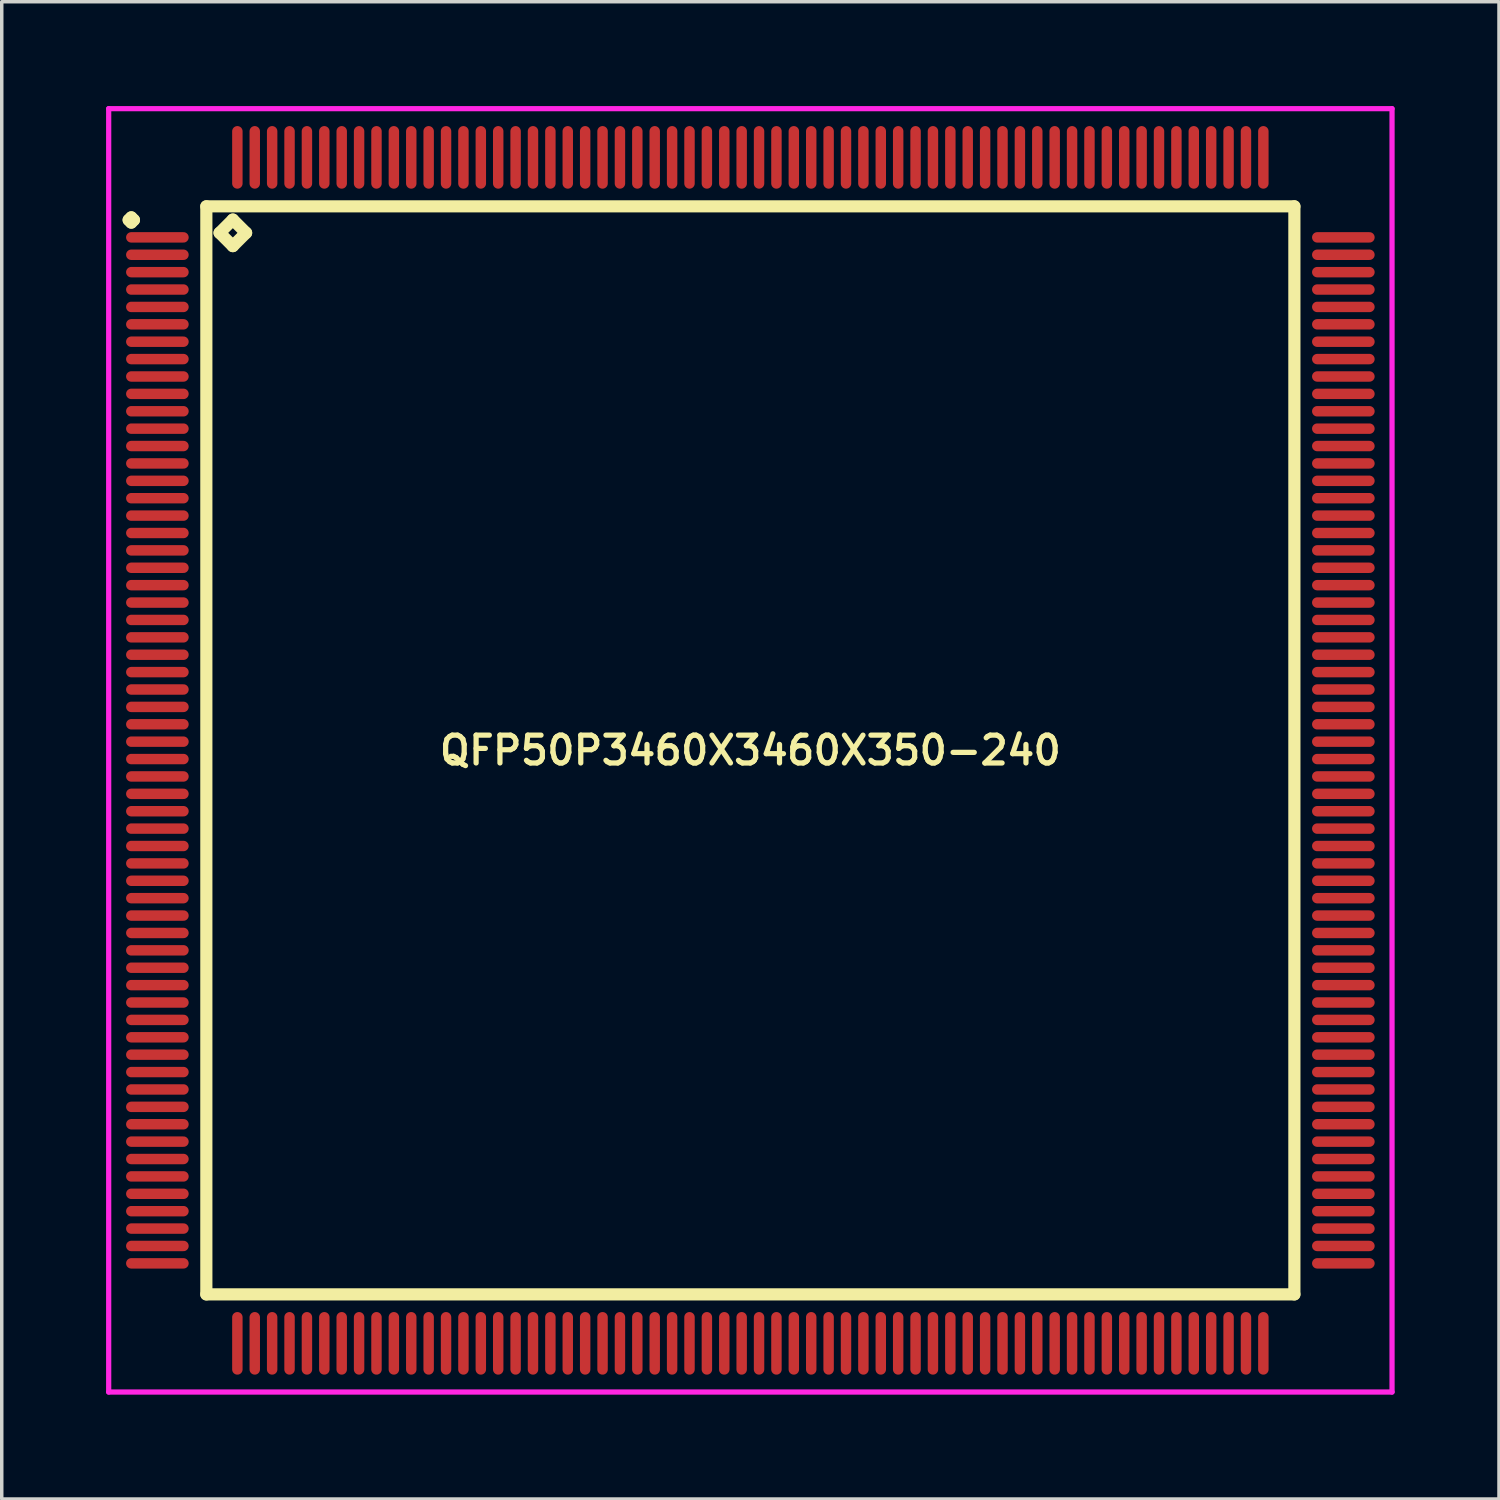
<source format=kicad_pcb>
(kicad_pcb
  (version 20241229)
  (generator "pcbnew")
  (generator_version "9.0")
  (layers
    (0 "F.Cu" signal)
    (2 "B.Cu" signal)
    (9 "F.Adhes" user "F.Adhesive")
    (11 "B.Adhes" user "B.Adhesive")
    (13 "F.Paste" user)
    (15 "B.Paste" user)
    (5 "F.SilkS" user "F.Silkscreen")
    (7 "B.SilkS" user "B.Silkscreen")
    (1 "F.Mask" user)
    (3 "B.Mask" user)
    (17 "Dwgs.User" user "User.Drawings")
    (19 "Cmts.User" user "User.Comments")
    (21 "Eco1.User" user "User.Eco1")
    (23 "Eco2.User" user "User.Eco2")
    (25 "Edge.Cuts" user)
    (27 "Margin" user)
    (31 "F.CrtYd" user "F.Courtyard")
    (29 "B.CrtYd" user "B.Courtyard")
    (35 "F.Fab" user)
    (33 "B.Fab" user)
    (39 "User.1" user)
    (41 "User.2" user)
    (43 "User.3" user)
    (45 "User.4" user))
  (footprint "QFP50P3460X3460X350-240"
    (layer "F.Cu")
    (at 18.525 18.525)
    (property "Reference" "QFP50P3460X3460X350-240" (at 0 0 0) (layer "F.SilkS") (effects (font (size 0.8 0.8) (thickness 0.15))))
    (attr smd)
    (fp_line (start -17.875 -15.25) (end -17.8 -15.325) (stroke (width 0.35) (type solid)) (layer "F.SilkS"))
    (fp_line (start -17.8 -15.325) (end -17.725 -15.25) (stroke (width 0.35) (type solid)) (layer "F.SilkS"))
    (fp_line (start -17.8 -15.175) (end -17.875 -15.25) (stroke (width 0.35) (type solid)) (layer "F.SilkS"))
    (fp_line (start -17.725 -15.25) (end -17.8 -15.175) (stroke (width 0.35) (type solid)) (layer "F.SilkS"))
    (fp_line (start -15.642 -15.642) (end -15.642 15.642) (stroke (width 0.35) (type solid)) (layer "F.SilkS"))
    (fp_line (start -15.642 15.642) (end 15.642 15.642) (stroke (width 0.35) (type solid)) (layer "F.SilkS"))
    (fp_line (start -15.261 -14.88) (end -14.88 -15.261) (stroke (width 0.35) (type solid)) (layer "F.SilkS"))
    (fp_line (start -14.88 -15.261) (end -14.499 -14.88) (stroke (width 0.35) (type solid)) (layer "F.SilkS"))
    (fp_line (start -14.88 -14.499) (end -15.261 -14.88) (stroke (width 0.35) (type solid)) (layer "F.SilkS"))
    (fp_line (start -14.499 -14.88) (end -14.88 -14.499) (stroke (width 0.35) (type solid)) (layer "F.SilkS"))
    (fp_line (start 15.642 -15.642) (end -15.642 -15.642) (stroke (width 0.35) (type solid)) (layer "F.SilkS"))
    (fp_line (start 15.642 15.642) (end 15.642 -15.642) (stroke (width 0.35) (type solid)) (layer "F.SilkS"))
    (fp_line (start -18.45 -18.45) (end 18.45 -18.45) (stroke (width 0.15) (type solid)) (layer "F.CrtYd"))
    (fp_line (start -18.45 18.45) (end -18.45 -18.45) (stroke (width 0.15) (type solid)) (layer "F.CrtYd"))
    (fp_line (start 18.45 -18.45) (end 18.45 18.45) (stroke (width 0.15) (type solid)) (layer "F.CrtYd"))
    (fp_line (start 18.45 18.45) (end -18.45 18.45) (stroke (width 0.15) (type solid)) (layer "F.CrtYd"))
    (pad "1" smd oval (at -17.05 -14.75) (size 1.8 0.3) (layers "F.Cu" "F.Mask" "F.Paste"))
    (pad "2" smd oval (at -17.05 -14.25) (size 1.8 0.3) (layers "F.Cu" "F.Mask" "F.Paste"))
    (pad "3" smd oval (at -17.05 -13.75) (size 1.8 0.3) (layers "F.Cu" "F.Mask" "F.Paste"))
    (pad "4" smd oval (at -17.05 -13.25) (size 1.8 0.3) (layers "F.Cu" "F.Mask" "F.Paste"))
    (pad "5" smd oval (at -17.05 -12.75) (size 1.8 0.3) (layers "F.Cu" "F.Mask" "F.Paste"))
    (pad "6" smd oval (at -17.05 -12.25) (size 1.8 0.3) (layers "F.Cu" "F.Mask" "F.Paste"))
    (pad "7" smd oval (at -17.05 -11.75) (size 1.8 0.3) (layers "F.Cu" "F.Mask" "F.Paste"))
    (pad "8" smd oval (at -17.05 -11.25) (size 1.8 0.3) (layers "F.Cu" "F.Mask" "F.Paste"))
    (pad "9" smd oval (at -17.05 -10.75) (size 1.8 0.3) (layers "F.Cu" "F.Mask" "F.Paste"))
    (pad "10" smd oval (at -17.05 -10.25) (size 1.8 0.3) (layers "F.Cu" "F.Mask" "F.Paste"))
    (pad "11" smd oval (at -17.05 -9.75) (size 1.8 0.3) (layers "F.Cu" "F.Mask" "F.Paste"))
    (pad "12" smd oval (at -17.05 -9.25) (size 1.8 0.3) (layers "F.Cu" "F.Mask" "F.Paste"))
    (pad "13" smd oval (at -17.05 -8.75) (size 1.8 0.3) (layers "F.Cu" "F.Mask" "F.Paste"))
    (pad "14" smd oval (at -17.05 -8.25) (size 1.8 0.3) (layers "F.Cu" "F.Mask" "F.Paste"))
    (pad "15" smd oval (at -17.05 -7.75) (size 1.8 0.3) (layers "F.Cu" "F.Mask" "F.Paste"))
    (pad "16" smd oval (at -17.05 -7.25) (size 1.8 0.3) (layers "F.Cu" "F.Mask" "F.Paste"))
    (pad "17" smd oval (at -17.05 -6.75) (size 1.8 0.3) (layers "F.Cu" "F.Mask" "F.Paste"))
    (pad "18" smd oval (at -17.05 -6.25) (size 1.8 0.3) (layers "F.Cu" "F.Mask" "F.Paste"))
    (pad "19" smd oval (at -17.05 -5.75) (size 1.8 0.3) (layers "F.Cu" "F.Mask" "F.Paste"))
    (pad "20" smd oval (at -17.05 -5.25) (size 1.8 0.3) (layers "F.Cu" "F.Mask" "F.Paste"))
    (pad "21" smd oval (at -17.05 -4.75) (size 1.8 0.3) (layers "F.Cu" "F.Mask" "F.Paste"))
    (pad "22" smd oval (at -17.05 -4.25) (size 1.8 0.3) (layers "F.Cu" "F.Mask" "F.Paste"))
    (pad "23" smd oval (at -17.05 -3.75) (size 1.8 0.3) (layers "F.Cu" "F.Mask" "F.Paste"))
    (pad "24" smd oval (at -17.05 -3.25) (size 1.8 0.3) (layers "F.Cu" "F.Mask" "F.Paste"))
    (pad "25" smd oval (at -17.05 -2.75) (size 1.8 0.3) (layers "F.Cu" "F.Mask" "F.Paste"))
    (pad "26" smd oval (at -17.05 -2.25) (size 1.8 0.3) (layers "F.Cu" "F.Mask" "F.Paste"))
    (pad "27" smd oval (at -17.05 -1.75) (size 1.8 0.3) (layers "F.Cu" "F.Mask" "F.Paste"))
    (pad "28" smd oval (at -17.05 -1.25) (size 1.8 0.3) (layers "F.Cu" "F.Mask" "F.Paste"))
    (pad "29" smd oval (at -17.05 -0.75) (size 1.8 0.3) (layers "F.Cu" "F.Mask" "F.Paste"))
    (pad "30" smd oval (at -17.05 -0.25) (size 1.8 0.3) (layers "F.Cu" "F.Mask" "F.Paste"))
    (pad "31" smd oval (at -17.05 0.25) (size 1.8 0.3) (layers "F.Cu" "F.Mask" "F.Paste"))
    (pad "32" smd oval (at -17.05 0.75) (size 1.8 0.3) (layers "F.Cu" "F.Mask" "F.Paste"))
    (pad "33" smd oval (at -17.05 1.25) (size 1.8 0.3) (layers "F.Cu" "F.Mask" "F.Paste"))
    (pad "34" smd oval (at -17.05 1.75) (size 1.8 0.3) (layers "F.Cu" "F.Mask" "F.Paste"))
    (pad "35" smd oval (at -17.05 2.25) (size 1.8 0.3) (layers "F.Cu" "F.Mask" "F.Paste"))
    (pad "36" smd oval (at -17.05 2.75) (size 1.8 0.3) (layers "F.Cu" "F.Mask" "F.Paste"))
    (pad "37" smd oval (at -17.05 3.25) (size 1.8 0.3) (layers "F.Cu" "F.Mask" "F.Paste"))
    (pad "38" smd oval (at -17.05 3.75) (size 1.8 0.3) (layers "F.Cu" "F.Mask" "F.Paste"))
    (pad "39" smd oval (at -17.05 4.25) (size 1.8 0.3) (layers "F.Cu" "F.Mask" "F.Paste"))
    (pad "40" smd oval (at -17.05 4.75) (size 1.8 0.3) (layers "F.Cu" "F.Mask" "F.Paste"))
    (pad "41" smd oval (at -17.05 5.25) (size 1.8 0.3) (layers "F.Cu" "F.Mask" "F.Paste"))
    (pad "42" smd oval (at -17.05 5.75) (size 1.8 0.3) (layers "F.Cu" "F.Mask" "F.Paste"))
    (pad "43" smd oval (at -17.05 6.25) (size 1.8 0.3) (layers "F.Cu" "F.Mask" "F.Paste"))
    (pad "44" smd oval (at -17.05 6.75) (size 1.8 0.3) (layers "F.Cu" "F.Mask" "F.Paste"))
    (pad "45" smd oval (at -17.05 7.25) (size 1.8 0.3) (layers "F.Cu" "F.Mask" "F.Paste"))
    (pad "46" smd oval (at -17.05 7.75) (size 1.8 0.3) (layers "F.Cu" "F.Mask" "F.Paste"))
    (pad "47" smd oval (at -17.05 8.25) (size 1.8 0.3) (layers "F.Cu" "F.Mask" "F.Paste"))
    (pad "48" smd oval (at -17.05 8.75) (size 1.8 0.3) (layers "F.Cu" "F.Mask" "F.Paste"))
    (pad "49" smd oval (at -17.05 9.25) (size 1.8 0.3) (layers "F.Cu" "F.Mask" "F.Paste"))
    (pad "50" smd oval (at -17.05 9.75) (size 1.8 0.3) (layers "F.Cu" "F.Mask" "F.Paste"))
    (pad "51" smd oval (at -17.05 10.25) (size 1.8 0.3) (layers "F.Cu" "F.Mask" "F.Paste"))
    (pad "52" smd oval (at -17.05 10.75) (size 1.8 0.3) (layers "F.Cu" "F.Mask" "F.Paste"))
    (pad "53" smd oval (at -17.05 11.25) (size 1.8 0.3) (layers "F.Cu" "F.Mask" "F.Paste"))
    (pad "54" smd oval (at -17.05 11.75) (size 1.8 0.3) (layers "F.Cu" "F.Mask" "F.Paste"))
    (pad "55" smd oval (at -17.05 12.25) (size 1.8 0.3) (layers "F.Cu" "F.Mask" "F.Paste"))
    (pad "56" smd oval (at -17.05 12.75) (size 1.8 0.3) (layers "F.Cu" "F.Mask" "F.Paste"))
    (pad "57" smd oval (at -17.05 13.25) (size 1.8 0.3) (layers "F.Cu" "F.Mask" "F.Paste"))
    (pad "58" smd oval (at -17.05 13.75) (size 1.8 0.3) (layers "F.Cu" "F.Mask" "F.Paste"))
    (pad "59" smd oval (at -17.05 14.25) (size 1.8 0.3) (layers "F.Cu" "F.Mask" "F.Paste"))
    (pad "60" smd oval (at -17.05 14.75) (size 1.8 0.3) (layers "F.Cu" "F.Mask" "F.Paste"))
    (pad "61" smd oval (at -14.75 17.05) (size 0.3 1.8) (layers "F.Cu" "F.Mask" "F.Paste"))
    (pad "62" smd oval (at -14.25 17.05) (size 0.3 1.8) (layers "F.Cu" "F.Mask" "F.Paste"))
    (pad "63" smd oval (at -13.75 17.05) (size 0.3 1.8) (layers "F.Cu" "F.Mask" "F.Paste"))
    (pad "64" smd oval (at -13.25 17.05) (size 0.3 1.8) (layers "F.Cu" "F.Mask" "F.Paste"))
    (pad "65" smd oval (at -12.75 17.05) (size 0.3 1.8) (layers "F.Cu" "F.Mask" "F.Paste"))
    (pad "66" smd oval (at -12.25 17.05) (size 0.3 1.8) (layers "F.Cu" "F.Mask" "F.Paste"))
    (pad "67" smd oval (at -11.75 17.05) (size 0.3 1.8) (layers "F.Cu" "F.Mask" "F.Paste"))
    (pad "68" smd oval (at -11.25 17.05) (size 0.3 1.8) (layers "F.Cu" "F.Mask" "F.Paste"))
    (pad "69" smd oval (at -10.75 17.05) (size 0.3 1.8) (layers "F.Cu" "F.Mask" "F.Paste"))
    (pad "70" smd oval (at -10.25 17.05) (size 0.3 1.8) (layers "F.Cu" "F.Mask" "F.Paste"))
    (pad "71" smd oval (at -9.75 17.05) (size 0.3 1.8) (layers "F.Cu" "F.Mask" "F.Paste"))
    (pad "72" smd oval (at -9.25 17.05) (size 0.3 1.8) (layers "F.Cu" "F.Mask" "F.Paste"))
    (pad "73" smd oval (at -8.75 17.05) (size 0.3 1.8) (layers "F.Cu" "F.Mask" "F.Paste"))
    (pad "74" smd oval (at -8.25 17.05) (size 0.3 1.8) (layers "F.Cu" "F.Mask" "F.Paste"))
    (pad "75" smd oval (at -7.75 17.05) (size 0.3 1.8) (layers "F.Cu" "F.Mask" "F.Paste"))
    (pad "76" smd oval (at -7.25 17.05) (size 0.3 1.8) (layers "F.Cu" "F.Mask" "F.Paste"))
    (pad "77" smd oval (at -6.75 17.05) (size 0.3 1.8) (layers "F.Cu" "F.Mask" "F.Paste"))
    (pad "78" smd oval (at -6.25 17.05) (size 0.3 1.8) (layers "F.Cu" "F.Mask" "F.Paste"))
    (pad "79" smd oval (at -5.75 17.05) (size 0.3 1.8) (layers "F.Cu" "F.Mask" "F.Paste"))
    (pad "80" smd oval (at -5.25 17.05) (size 0.3 1.8) (layers "F.Cu" "F.Mask" "F.Paste"))
    (pad "81" smd oval (at -4.75 17.05) (size 0.3 1.8) (layers "F.Cu" "F.Mask" "F.Paste"))
    (pad "82" smd oval (at -4.25 17.05) (size 0.3 1.8) (layers "F.Cu" "F.Mask" "F.Paste"))
    (pad "83" smd oval (at -3.75 17.05) (size 0.3 1.8) (layers "F.Cu" "F.Mask" "F.Paste"))
    (pad "84" smd oval (at -3.25 17.05) (size 0.3 1.8) (layers "F.Cu" "F.Mask" "F.Paste"))
    (pad "85" smd oval (at -2.75 17.05) (size 0.3 1.8) (layers "F.Cu" "F.Mask" "F.Paste"))
    (pad "86" smd oval (at -2.25 17.05) (size 0.3 1.8) (layers "F.Cu" "F.Mask" "F.Paste"))
    (pad "87" smd oval (at -1.75 17.05) (size 0.3 1.8) (layers "F.Cu" "F.Mask" "F.Paste"))
    (pad "88" smd oval (at -1.25 17.05) (size 0.3 1.8) (layers "F.Cu" "F.Mask" "F.Paste"))
    (pad "89" smd oval (at -0.75 17.05) (size 0.3 1.8) (layers "F.Cu" "F.Mask" "F.Paste"))
    (pad "90" smd oval (at -0.25 17.05) (size 0.3 1.8) (layers "F.Cu" "F.Mask" "F.Paste"))
    (pad "91" smd oval (at 0.25 17.05) (size 0.3 1.8) (layers "F.Cu" "F.Mask" "F.Paste"))
    (pad "92" smd oval (at 0.75 17.05) (size 0.3 1.8) (layers "F.Cu" "F.Mask" "F.Paste"))
    (pad "93" smd oval (at 1.25 17.05) (size 0.3 1.8) (layers "F.Cu" "F.Mask" "F.Paste"))
    (pad "94" smd oval (at 1.75 17.05) (size 0.3 1.8) (layers "F.Cu" "F.Mask" "F.Paste"))
    (pad "95" smd oval (at 2.25 17.05) (size 0.3 1.8) (layers "F.Cu" "F.Mask" "F.Paste"))
    (pad "96" smd oval (at 2.75 17.05) (size 0.3 1.8) (layers "F.Cu" "F.Mask" "F.Paste"))
    (pad "97" smd oval (at 3.25 17.05) (size 0.3 1.8) (layers "F.Cu" "F.Mask" "F.Paste"))
    (pad "98" smd oval (at 3.75 17.05) (size 0.3 1.8) (layers "F.Cu" "F.Mask" "F.Paste"))
    (pad "99" smd oval (at 4.25 17.05) (size 0.3 1.8) (layers "F.Cu" "F.Mask" "F.Paste"))
    (pad "100" smd oval (at 4.75 17.05) (size 0.3 1.8) (layers "F.Cu" "F.Mask" "F.Paste"))
    (pad "101" smd oval (at 5.25 17.05) (size 0.3 1.8) (layers "F.Cu" "F.Mask" "F.Paste"))
    (pad "102" smd oval (at 5.75 17.05) (size 0.3 1.8) (layers "F.Cu" "F.Mask" "F.Paste"))
    (pad "103" smd oval (at 6.25 17.05) (size 0.3 1.8) (layers "F.Cu" "F.Mask" "F.Paste"))
    (pad "104" smd oval (at 6.75 17.05) (size 0.3 1.8) (layers "F.Cu" "F.Mask" "F.Paste"))
    (pad "105" smd oval (at 7.25 17.05) (size 0.3 1.8) (layers "F.Cu" "F.Mask" "F.Paste"))
    (pad "106" smd oval (at 7.75 17.05) (size 0.3 1.8) (layers "F.Cu" "F.Mask" "F.Paste"))
    (pad "107" smd oval (at 8.25 17.05) (size 0.3 1.8) (layers "F.Cu" "F.Mask" "F.Paste"))
    (pad "108" smd oval (at 8.75 17.05) (size 0.3 1.8) (layers "F.Cu" "F.Mask" "F.Paste"))
    (pad "109" smd oval (at 9.25 17.05) (size 0.3 1.8) (layers "F.Cu" "F.Mask" "F.Paste"))
    (pad "110" smd oval (at 9.75 17.05) (size 0.3 1.8) (layers "F.Cu" "F.Mask" "F.Paste"))
    (pad "111" smd oval (at 10.25 17.05) (size 0.3 1.8) (layers "F.Cu" "F.Mask" "F.Paste"))
    (pad "112" smd oval (at 10.75 17.05) (size 0.3 1.8) (layers "F.Cu" "F.Mask" "F.Paste"))
    (pad "113" smd oval (at 11.25 17.05) (size 0.3 1.8) (layers "F.Cu" "F.Mask" "F.Paste"))
    (pad "114" smd oval (at 11.75 17.05) (size 0.3 1.8) (layers "F.Cu" "F.Mask" "F.Paste"))
    (pad "115" smd oval (at 12.25 17.05) (size 0.3 1.8) (layers "F.Cu" "F.Mask" "F.Paste"))
    (pad "116" smd oval (at 12.75 17.05) (size 0.3 1.8) (layers "F.Cu" "F.Mask" "F.Paste"))
    (pad "117" smd oval (at 13.25 17.05) (size 0.3 1.8) (layers "F.Cu" "F.Mask" "F.Paste"))
    (pad "118" smd oval (at 13.75 17.05) (size 0.3 1.8) (layers "F.Cu" "F.Mask" "F.Paste"))
    (pad "119" smd oval (at 14.25 17.05) (size 0.3 1.8) (layers "F.Cu" "F.Mask" "F.Paste"))
    (pad "120" smd oval (at 14.75 17.05) (size 0.3 1.8) (layers "F.Cu" "F.Mask" "F.Paste"))
    (pad "121" smd oval (at 17.05 14.75) (size 1.8 0.3) (layers "F.Cu" "F.Mask" "F.Paste"))
    (pad "122" smd oval (at 17.05 14.25) (size 1.8 0.3) (layers "F.Cu" "F.Mask" "F.Paste"))
    (pad "123" smd oval (at 17.05 13.75) (size 1.8 0.3) (layers "F.Cu" "F.Mask" "F.Paste"))
    (pad "124" smd oval (at 17.05 13.25) (size 1.8 0.3) (layers "F.Cu" "F.Mask" "F.Paste"))
    (pad "125" smd oval (at 17.05 12.75) (size 1.8 0.3) (layers "F.Cu" "F.Mask" "F.Paste"))
    (pad "126" smd oval (at 17.05 12.25) (size 1.8 0.3) (layers "F.Cu" "F.Mask" "F.Paste"))
    (pad "127" smd oval (at 17.05 11.75) (size 1.8 0.3) (layers "F.Cu" "F.Mask" "F.Paste"))
    (pad "128" smd oval (at 17.05 11.25) (size 1.8 0.3) (layers "F.Cu" "F.Mask" "F.Paste"))
    (pad "129" smd oval (at 17.05 10.75) (size 1.8 0.3) (layers "F.Cu" "F.Mask" "F.Paste"))
    (pad "130" smd oval (at 17.05 10.25) (size 1.8 0.3) (layers "F.Cu" "F.Mask" "F.Paste"))
    (pad "131" smd oval (at 17.05 9.75) (size 1.8 0.3) (layers "F.Cu" "F.Mask" "F.Paste"))
    (pad "132" smd oval (at 17.05 9.25) (size 1.8 0.3) (layers "F.Cu" "F.Mask" "F.Paste"))
    (pad "133" smd oval (at 17.05 8.75) (size 1.8 0.3) (layers "F.Cu" "F.Mask" "F.Paste"))
    (pad "134" smd oval (at 17.05 8.25) (size 1.8 0.3) (layers "F.Cu" "F.Mask" "F.Paste"))
    (pad "135" smd oval (at 17.05 7.75) (size 1.8 0.3) (layers "F.Cu" "F.Mask" "F.Paste"))
    (pad "136" smd oval (at 17.05 7.25) (size 1.8 0.3) (layers "F.Cu" "F.Mask" "F.Paste"))
    (pad "137" smd oval (at 17.05 6.75) (size 1.8 0.3) (layers "F.Cu" "F.Mask" "F.Paste"))
    (pad "138" smd oval (at 17.05 6.25) (size 1.8 0.3) (layers "F.Cu" "F.Mask" "F.Paste"))
    (pad "139" smd oval (at 17.05 5.75) (size 1.8 0.3) (layers "F.Cu" "F.Mask" "F.Paste"))
    (pad "140" smd oval (at 17.05 5.25) (size 1.8 0.3) (layers "F.Cu" "F.Mask" "F.Paste"))
    (pad "141" smd oval (at 17.05 4.75) (size 1.8 0.3) (layers "F.Cu" "F.Mask" "F.Paste"))
    (pad "142" smd oval (at 17.05 4.25) (size 1.8 0.3) (layers "F.Cu" "F.Mask" "F.Paste"))
    (pad "143" smd oval (at 17.05 3.75) (size 1.8 0.3) (layers "F.Cu" "F.Mask" "F.Paste"))
    (pad "144" smd oval (at 17.05 3.25) (size 1.8 0.3) (layers "F.Cu" "F.Mask" "F.Paste"))
    (pad "145" smd oval (at 17.05 2.75) (size 1.8 0.3) (layers "F.Cu" "F.Mask" "F.Paste"))
    (pad "146" smd oval (at 17.05 2.25) (size 1.8 0.3) (layers "F.Cu" "F.Mask" "F.Paste"))
    (pad "147" smd oval (at 17.05 1.75) (size 1.8 0.3) (layers "F.Cu" "F.Mask" "F.Paste"))
    (pad "148" smd oval (at 17.05 1.25) (size 1.8 0.3) (layers "F.Cu" "F.Mask" "F.Paste"))
    (pad "149" smd oval (at 17.05 0.75) (size 1.8 0.3) (layers "F.Cu" "F.Mask" "F.Paste"))
    (pad "150" smd oval (at 17.05 0.25) (size 1.8 0.3) (layers "F.Cu" "F.Mask" "F.Paste"))
    (pad "151" smd oval (at 17.05 -0.25) (size 1.8 0.3) (layers "F.Cu" "F.Mask" "F.Paste"))
    (pad "152" smd oval (at 17.05 -0.75) (size 1.8 0.3) (layers "F.Cu" "F.Mask" "F.Paste"))
    (pad "153" smd oval (at 17.05 -1.25) (size 1.8 0.3) (layers "F.Cu" "F.Mask" "F.Paste"))
    (pad "154" smd oval (at 17.05 -1.75) (size 1.8 0.3) (layers "F.Cu" "F.Mask" "F.Paste"))
    (pad "155" smd oval (at 17.05 -2.25) (size 1.8 0.3) (layers "F.Cu" "F.Mask" "F.Paste"))
    (pad "156" smd oval (at 17.05 -2.75) (size 1.8 0.3) (layers "F.Cu" "F.Mask" "F.Paste"))
    (pad "157" smd oval (at 17.05 -3.25) (size 1.8 0.3) (layers "F.Cu" "F.Mask" "F.Paste"))
    (pad "158" smd oval (at 17.05 -3.75) (size 1.8 0.3) (layers "F.Cu" "F.Mask" "F.Paste"))
    (pad "159" smd oval (at 17.05 -4.25) (size 1.8 0.3) (layers "F.Cu" "F.Mask" "F.Paste"))
    (pad "160" smd oval (at 17.05 -4.75) (size 1.8 0.3) (layers "F.Cu" "F.Mask" "F.Paste"))
    (pad "161" smd oval (at 17.05 -5.25) (size 1.8 0.3) (layers "F.Cu" "F.Mask" "F.Paste"))
    (pad "162" smd oval (at 17.05 -5.75) (size 1.8 0.3) (layers "F.Cu" "F.Mask" "F.Paste"))
    (pad "163" smd oval (at 17.05 -6.25) (size 1.8 0.3) (layers "F.Cu" "F.Mask" "F.Paste"))
    (pad "164" smd oval (at 17.05 -6.75) (size 1.8 0.3) (layers "F.Cu" "F.Mask" "F.Paste"))
    (pad "165" smd oval (at 17.05 -7.25) (size 1.8 0.3) (layers "F.Cu" "F.Mask" "F.Paste"))
    (pad "166" smd oval (at 17.05 -7.75) (size 1.8 0.3) (layers "F.Cu" "F.Mask" "F.Paste"))
    (pad "167" smd oval (at 17.05 -8.25) (size 1.8 0.3) (layers "F.Cu" "F.Mask" "F.Paste"))
    (pad "168" smd oval (at 17.05 -8.75) (size 1.8 0.3) (layers "F.Cu" "F.Mask" "F.Paste"))
    (pad "169" smd oval (at 17.05 -9.25) (size 1.8 0.3) (layers "F.Cu" "F.Mask" "F.Paste"))
    (pad "170" smd oval (at 17.05 -9.75) (size 1.8 0.3) (layers "F.Cu" "F.Mask" "F.Paste"))
    (pad "171" smd oval (at 17.05 -10.25) (size 1.8 0.3) (layers "F.Cu" "F.Mask" "F.Paste"))
    (pad "172" smd oval (at 17.05 -10.75) (size 1.8 0.3) (layers "F.Cu" "F.Mask" "F.Paste"))
    (pad "173" smd oval (at 17.05 -11.25) (size 1.8 0.3) (layers "F.Cu" "F.Mask" "F.Paste"))
    (pad "174" smd oval (at 17.05 -11.75) (size 1.8 0.3) (layers "F.Cu" "F.Mask" "F.Paste"))
    (pad "175" smd oval (at 17.05 -12.25) (size 1.8 0.3) (layers "F.Cu" "F.Mask" "F.Paste"))
    (pad "176" smd oval (at 17.05 -12.75) (size 1.8 0.3) (layers "F.Cu" "F.Mask" "F.Paste"))
    (pad "177" smd oval (at 17.05 -13.25) (size 1.8 0.3) (layers "F.Cu" "F.Mask" "F.Paste"))
    (pad "178" smd oval (at 17.05 -13.75) (size 1.8 0.3) (layers "F.Cu" "F.Mask" "F.Paste"))
    (pad "179" smd oval (at 17.05 -14.25) (size 1.8 0.3) (layers "F.Cu" "F.Mask" "F.Paste"))
    (pad "180" smd oval (at 17.05 -14.75) (size 1.8 0.3) (layers "F.Cu" "F.Mask" "F.Paste"))
    (pad "181" smd oval (at 14.75 -17.05) (size 0.3 1.8) (layers "F.Cu" "F.Mask" "F.Paste"))
    (pad "182" smd oval (at 14.25 -17.05) (size 0.3 1.8) (layers "F.Cu" "F.Mask" "F.Paste"))
    (pad "183" smd oval (at 13.75 -17.05) (size 0.3 1.8) (layers "F.Cu" "F.Mask" "F.Paste"))
    (pad "184" smd oval (at 13.25 -17.05) (size 0.3 1.8) (layers "F.Cu" "F.Mask" "F.Paste"))
    (pad "185" smd oval (at 12.75 -17.05) (size 0.3 1.8) (layers "F.Cu" "F.Mask" "F.Paste"))
    (pad "186" smd oval (at 12.25 -17.05) (size 0.3 1.8) (layers "F.Cu" "F.Mask" "F.Paste"))
    (pad "187" smd oval (at 11.75 -17.05) (size 0.3 1.8) (layers "F.Cu" "F.Mask" "F.Paste"))
    (pad "188" smd oval (at 11.25 -17.05) (size 0.3 1.8) (layers "F.Cu" "F.Mask" "F.Paste"))
    (pad "189" smd oval (at 10.75 -17.05) (size 0.3 1.8) (layers "F.Cu" "F.Mask" "F.Paste"))
    (pad "190" smd oval (at 10.25 -17.05) (size 0.3 1.8) (layers "F.Cu" "F.Mask" "F.Paste"))
    (pad "191" smd oval (at 9.75 -17.05) (size 0.3 1.8) (layers "F.Cu" "F.Mask" "F.Paste"))
    (pad "192" smd oval (at 9.25 -17.05) (size 0.3 1.8) (layers "F.Cu" "F.Mask" "F.Paste"))
    (pad "193" smd oval (at 8.75 -17.05) (size 0.3 1.8) (layers "F.Cu" "F.Mask" "F.Paste"))
    (pad "194" smd oval (at 8.25 -17.05) (size 0.3 1.8) (layers "F.Cu" "F.Mask" "F.Paste"))
    (pad "195" smd oval (at 7.75 -17.05) (size 0.3 1.8) (layers "F.Cu" "F.Mask" "F.Paste"))
    (pad "196" smd oval (at 7.25 -17.05) (size 0.3 1.8) (layers "F.Cu" "F.Mask" "F.Paste"))
    (pad "197" smd oval (at 6.75 -17.05) (size 0.3 1.8) (layers "F.Cu" "F.Mask" "F.Paste"))
    (pad "198" smd oval (at 6.25 -17.05) (size 0.3 1.8) (layers "F.Cu" "F.Mask" "F.Paste"))
    (pad "199" smd oval (at 5.75 -17.05) (size 0.3 1.8) (layers "F.Cu" "F.Mask" "F.Paste"))
    (pad "200" smd oval (at 5.25 -17.05) (size 0.3 1.8) (layers "F.Cu" "F.Mask" "F.Paste"))
    (pad "201" smd oval (at 4.75 -17.05) (size 0.3 1.8) (layers "F.Cu" "F.Mask" "F.Paste"))
    (pad "202" smd oval (at 4.25 -17.05) (size 0.3 1.8) (layers "F.Cu" "F.Mask" "F.Paste"))
    (pad "203" smd oval (at 3.75 -17.05) (size 0.3 1.8) (layers "F.Cu" "F.Mask" "F.Paste"))
    (pad "204" smd oval (at 3.25 -17.05) (size 0.3 1.8) (layers "F.Cu" "F.Mask" "F.Paste"))
    (pad "205" smd oval (at 2.75 -17.05) (size 0.3 1.8) (layers "F.Cu" "F.Mask" "F.Paste"))
    (pad "206" smd oval (at 2.25 -17.05) (size 0.3 1.8) (layers "F.Cu" "F.Mask" "F.Paste"))
    (pad "207" smd oval (at 1.75 -17.05) (size 0.3 1.8) (layers "F.Cu" "F.Mask" "F.Paste"))
    (pad "208" smd oval (at 1.25 -17.05) (size 0.3 1.8) (layers "F.Cu" "F.Mask" "F.Paste"))
    (pad "209" smd oval (at 0.75 -17.05) (size 0.3 1.8) (layers "F.Cu" "F.Mask" "F.Paste"))
    (pad "210" smd oval (at 0.25 -17.05) (size 0.3 1.8) (layers "F.Cu" "F.Mask" "F.Paste"))
    (pad "211" smd oval (at -0.25 -17.05) (size 0.3 1.8) (layers "F.Cu" "F.Mask" "F.Paste"))
    (pad "212" smd oval (at -0.75 -17.05) (size 0.3 1.8) (layers "F.Cu" "F.Mask" "F.Paste"))
    (pad "213" smd oval (at -1.25 -17.05) (size 0.3 1.8) (layers "F.Cu" "F.Mask" "F.Paste"))
    (pad "214" smd oval (at -1.75 -17.05) (size 0.3 1.8) (layers "F.Cu" "F.Mask" "F.Paste"))
    (pad "215" smd oval (at -2.25 -17.05) (size 0.3 1.8) (layers "F.Cu" "F.Mask" "F.Paste"))
    (pad "216" smd oval (at -2.75 -17.05) (size 0.3 1.8) (layers "F.Cu" "F.Mask" "F.Paste"))
    (pad "217" smd oval (at -3.25 -17.05) (size 0.3 1.8) (layers "F.Cu" "F.Mask" "F.Paste"))
    (pad "218" smd oval (at -3.75 -17.05) (size 0.3 1.8) (layers "F.Cu" "F.Mask" "F.Paste"))
    (pad "219" smd oval (at -4.25 -17.05) (size 0.3 1.8) (layers "F.Cu" "F.Mask" "F.Paste"))
    (pad "220" smd oval (at -4.75 -17.05) (size 0.3 1.8) (layers "F.Cu" "F.Mask" "F.Paste"))
    (pad "221" smd oval (at -5.25 -17.05) (size 0.3 1.8) (layers "F.Cu" "F.Mask" "F.Paste"))
    (pad "222" smd oval (at -5.75 -17.05) (size 0.3 1.8) (layers "F.Cu" "F.Mask" "F.Paste"))
    (pad "223" smd oval (at -6.25 -17.05) (size 0.3 1.8) (layers "F.Cu" "F.Mask" "F.Paste"))
    (pad "224" smd oval (at -6.75 -17.05) (size 0.3 1.8) (layers "F.Cu" "F.Mask" "F.Paste"))
    (pad "225" smd oval (at -7.25 -17.05) (size 0.3 1.8) (layers "F.Cu" "F.Mask" "F.Paste"))
    (pad "226" smd oval (at -7.75 -17.05) (size 0.3 1.8) (layers "F.Cu" "F.Mask" "F.Paste"))
    (pad "227" smd oval (at -8.25 -17.05) (size 0.3 1.8) (layers "F.Cu" "F.Mask" "F.Paste"))
    (pad "228" smd oval (at -8.75 -17.05) (size 0.3 1.8) (layers "F.Cu" "F.Mask" "F.Paste"))
    (pad "229" smd oval (at -9.25 -17.05) (size 0.3 1.8) (layers "F.Cu" "F.Mask" "F.Paste"))
    (pad "230" smd oval (at -9.75 -17.05) (size 0.3 1.8) (layers "F.Cu" "F.Mask" "F.Paste"))
    (pad "231" smd oval (at -10.25 -17.05) (size 0.3 1.8) (layers "F.Cu" "F.Mask" "F.Paste"))
    (pad "232" smd oval (at -10.75 -17.05) (size 0.3 1.8) (layers "F.Cu" "F.Mask" "F.Paste"))
    (pad "233" smd oval (at -11.25 -17.05) (size 0.3 1.8) (layers "F.Cu" "F.Mask" "F.Paste"))
    (pad "234" smd oval (at -11.75 -17.05) (size 0.3 1.8) (layers "F.Cu" "F.Mask" "F.Paste"))
    (pad "235" smd oval (at -12.25 -17.05) (size 0.3 1.8) (layers "F.Cu" "F.Mask" "F.Paste"))
    (pad "236" smd oval (at -12.75 -17.05) (size 0.3 1.8) (layers "F.Cu" "F.Mask" "F.Paste"))
    (pad "237" smd oval (at -13.25 -17.05) (size 0.3 1.8) (layers "F.Cu" "F.Mask" "F.Paste"))
    (pad "238" smd oval (at -13.75 -17.05) (size 0.3 1.8) (layers "F.Cu" "F.Mask" "F.Paste"))
    (pad "239" smd oval (at -14.25 -17.05) (size 0.3 1.8) (layers "F.Cu" "F.Mask" "F.Paste"))
    (pad "240" smd oval (at -14.75 -17.05) (size 0.3 1.8) (layers "F.Cu" "F.Mask" "F.Paste")))
  (gr_rect
    (start -3 -3)
    (end 40.05 40.05)
    (stroke (width 0.1) (type default))
    (fill no)
    (layer "Edge.Cuts")))
</source>
